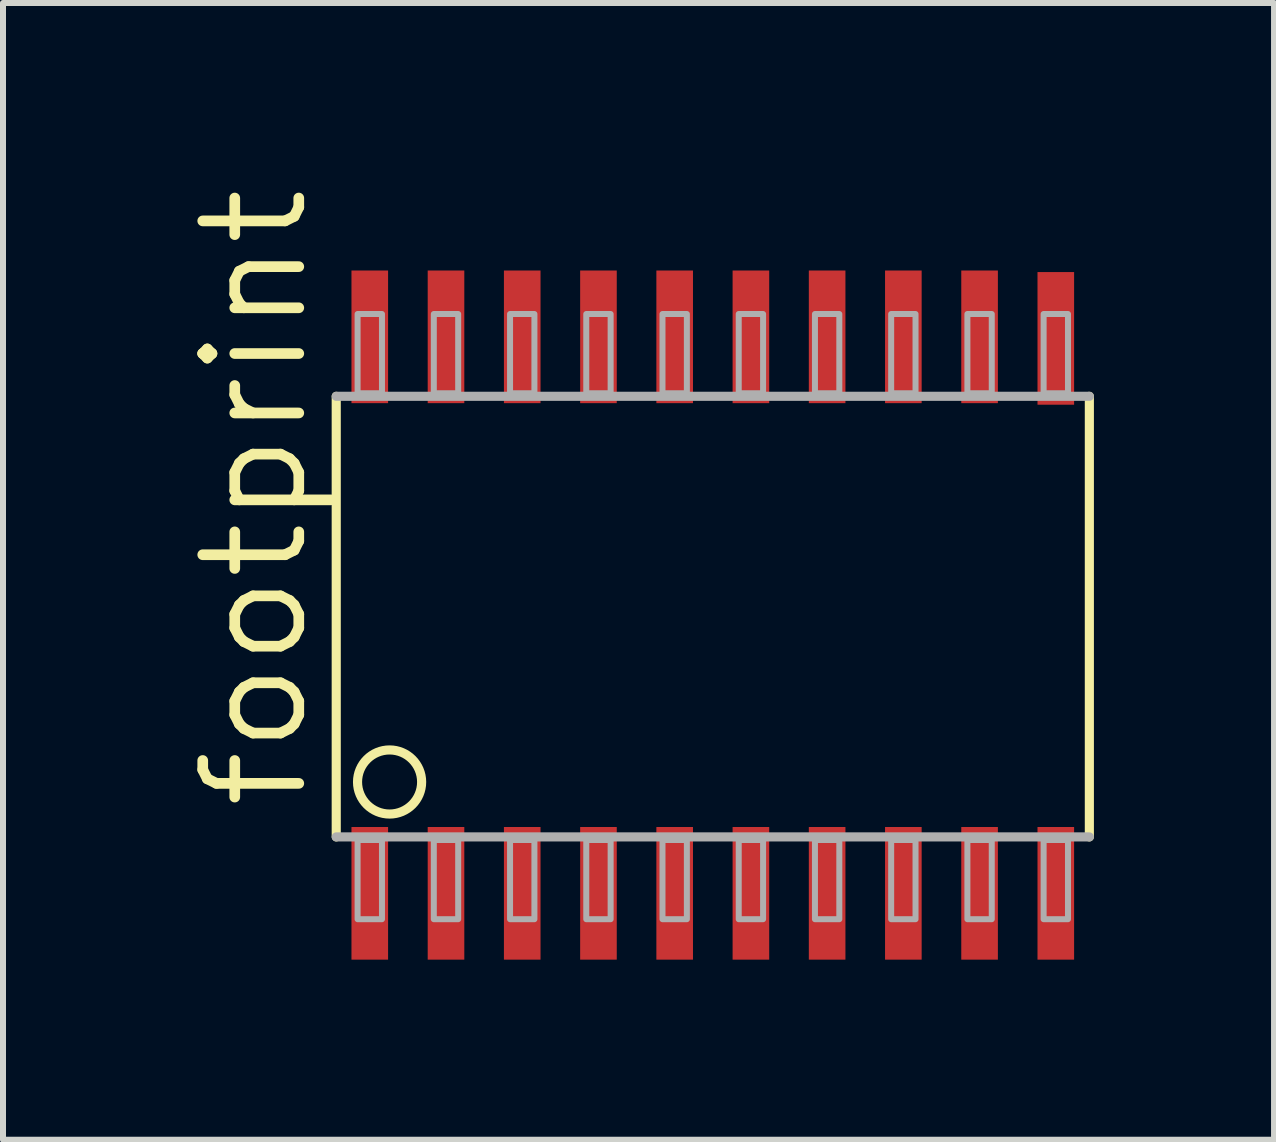
<source format=kicad_pcb>
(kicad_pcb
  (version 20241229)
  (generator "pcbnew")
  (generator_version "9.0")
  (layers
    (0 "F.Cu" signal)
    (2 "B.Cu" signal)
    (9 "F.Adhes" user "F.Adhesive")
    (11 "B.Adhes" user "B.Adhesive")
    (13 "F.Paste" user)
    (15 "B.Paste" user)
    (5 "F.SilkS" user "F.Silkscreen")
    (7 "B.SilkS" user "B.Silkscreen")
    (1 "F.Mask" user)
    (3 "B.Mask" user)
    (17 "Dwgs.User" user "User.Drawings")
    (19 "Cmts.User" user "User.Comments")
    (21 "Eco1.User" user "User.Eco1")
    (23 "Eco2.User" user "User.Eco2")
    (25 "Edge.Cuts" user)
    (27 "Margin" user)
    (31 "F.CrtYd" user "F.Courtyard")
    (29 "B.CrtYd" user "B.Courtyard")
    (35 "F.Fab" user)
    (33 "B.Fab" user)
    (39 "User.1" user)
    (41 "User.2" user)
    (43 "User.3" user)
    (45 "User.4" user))
  (footprint "footprint"
    (layer "F.Cu")
    (at 8.826 7.198)
    (property "Reference" "footprint" (at -6.693 3.302 90) (layer "F.SilkS") (effects (font (size 1.6 1.6) (thickness 0.178)) (justify left bottom)))
    (fp_line (start -6.274 -3.645) (end -6.274 3.696) (stroke (width 0.152) (type solid)) (layer "F.SilkS"))
    (fp_line (start 6.274 3.696) (end 6.274 -3.645) (stroke (width 0.152) (type solid)) (layer "F.SilkS"))
    (fp_circle (center -5.385 2.781) (end -4.851 2.781) (stroke (width 0.152) (type solid)) (fill no) (layer "F.SilkS"))
    (fp_line (start -6.274 3.696) (end 6.274 3.696) (stroke (width 0.152) (type solid)) (layer "F.Fab"))
    (fp_line (start 6.274 -3.645) (end -6.274 -3.645) (stroke (width 0.152) (type solid)) (layer "F.Fab"))
    (fp_poly (pts (xy -5.918 -3.696) (xy -5.512 -3.696) (xy -5.512 -5.016) (xy -5.918 -5.016)) (stroke (width 0.1) (type solid)) (fill no) (layer "F.Fab"))
    (fp_poly (pts (xy -5.918 5.067) (xy -5.512 5.067) (xy -5.512 3.747) (xy -5.918 3.747)) (stroke (width 0.1) (type solid)) (fill no) (layer "F.Fab"))
    (fp_poly (pts (xy -4.648 -3.696) (xy -4.242 -3.696) (xy -4.242 -5.016) (xy -4.648 -5.016)) (stroke (width 0.1) (type solid)) (fill no) (layer "F.Fab"))
    (fp_poly (pts (xy -4.648 5.067) (xy -4.242 5.067) (xy -4.242 3.747) (xy -4.648 3.747)) (stroke (width 0.1) (type solid)) (fill no) (layer "F.Fab"))
    (fp_poly (pts (xy -3.378 -3.696) (xy -2.972 -3.696) (xy -2.972 -5.016) (xy -3.378 -5.016)) (stroke (width 0.1) (type solid)) (fill no) (layer "F.Fab"))
    (fp_poly (pts (xy -3.378 5.067) (xy -2.972 5.067) (xy -2.972 3.747) (xy -3.378 3.747)) (stroke (width 0.1) (type solid)) (fill no) (layer "F.Fab"))
    (fp_poly (pts (xy -2.108 -3.696) (xy -1.702 -3.696) (xy -1.702 -5.016) (xy -2.108 -5.016)) (stroke (width 0.1) (type solid)) (fill no) (layer "F.Fab"))
    (fp_poly (pts (xy -2.108 5.067) (xy -1.702 5.067) (xy -1.702 3.747) (xy -2.108 3.747)) (stroke (width 0.1) (type solid)) (fill no) (layer "F.Fab"))
    (fp_poly (pts (xy -0.838 -3.696) (xy -0.432 -3.696) (xy -0.432 -5.016) (xy -0.838 -5.016)) (stroke (width 0.1) (type solid)) (fill no) (layer "F.Fab"))
    (fp_poly (pts (xy -0.838 5.067) (xy -0.432 5.067) (xy -0.432 3.747) (xy -0.838 3.747)) (stroke (width 0.1) (type solid)) (fill no) (layer "F.Fab"))
    (fp_poly (pts (xy 0.432 -3.696) (xy 0.838 -3.696) (xy 0.838 -5.016) (xy 0.432 -5.016)) (stroke (width 0.1) (type solid)) (fill no) (layer "F.Fab"))
    (fp_poly (pts (xy 0.432 5.067) (xy 0.838 5.067) (xy 0.838 3.747) (xy 0.432 3.747)) (stroke (width 0.1) (type solid)) (fill no) (layer "F.Fab"))
    (fp_poly (pts (xy 1.702 -3.696) (xy 2.108 -3.696) (xy 2.108 -5.016) (xy 1.702 -5.016)) (stroke (width 0.1) (type solid)) (fill no) (layer "F.Fab"))
    (fp_poly (pts (xy 1.702 5.067) (xy 2.108 5.067) (xy 2.108 3.747) (xy 1.702 3.747)) (stroke (width 0.1) (type solid)) (fill no) (layer "F.Fab"))
    (fp_poly (pts (xy 2.972 -3.696) (xy 3.378 -3.696) (xy 3.378 -5.016) (xy 2.972 -5.016)) (stroke (width 0.1) (type solid)) (fill no) (layer "F.Fab"))
    (fp_poly (pts (xy 2.972 5.067) (xy 3.378 5.067) (xy 3.378 3.747) (xy 2.972 3.747)) (stroke (width 0.1) (type solid)) (fill no) (layer "F.Fab"))
    (fp_poly (pts (xy 4.242 -3.696) (xy 4.648 -3.696) (xy 4.648 -5.016) (xy 4.242 -5.016)) (stroke (width 0.1) (type solid)) (fill no) (layer "F.Fab"))
    (fp_poly (pts (xy 4.242 5.067) (xy 4.648 5.067) (xy 4.648 3.747) (xy 4.242 3.747)) (stroke (width 0.1) (type solid)) (fill no) (layer "F.Fab"))
    (fp_poly (pts (xy 5.512 -3.696) (xy 5.918 -3.696) (xy 5.918 -5.016) (xy 5.512 -5.016)) (stroke (width 0.1) (type solid)) (fill no) (layer "F.Fab"))
    (fp_poly (pts (xy 5.512 5.067) (xy 5.918 5.067) (xy 5.918 3.747) (xy 5.512 3.747)) (stroke (width 0.1) (type solid)) (fill no) (layer "F.Fab"))
    (pad "1" smd rect (at -5.715 4.636) (size 0.61 2.21) (layers "F.Cu" "F.Mask" "F.Paste"))
    (pad "2" smd rect (at -4.445 4.636) (size 0.61 2.21) (layers "F.Cu" "F.Mask" "F.Paste"))
    (pad "3" smd rect (at -3.175 4.636) (size 0.61 2.21) (layers "F.Cu" "F.Mask" "F.Paste"))
    (pad "4" smd rect (at -1.905 4.636) (size 0.61 2.21) (layers "F.Cu" "F.Mask" "F.Paste"))
    (pad "5" smd rect (at -0.635 4.636) (size 0.61 2.21) (layers "F.Cu" "F.Mask" "F.Paste"))
    (pad "6" smd rect (at 0.635 4.636) (size 0.61 2.21) (layers "F.Cu" "F.Mask" "F.Paste"))
    (pad "7" smd rect (at 1.905 4.636) (size 0.61 2.21) (layers "F.Cu" "F.Mask" "F.Paste"))
    (pad "8" smd rect (at 3.175 4.636) (size 0.61 2.21) (layers "F.Cu" "F.Mask" "F.Paste"))
    (pad "9" smd rect (at 4.445 4.636) (size 0.61 2.21) (layers "F.Cu" "F.Mask" "F.Paste"))
    (pad "10" smd rect (at 5.715 4.636) (size 0.61 2.21) (layers "F.Cu" "F.Mask" "F.Paste"))
    (pad "11" smd rect (at 5.715 -4.61) (size 0.61 2.21) (layers "F.Cu" "F.Mask" "F.Paste"))
    (pad "12" smd rect (at 4.445 -4.636) (size 0.61 2.21) (layers "F.Cu" "F.Mask" "F.Paste"))
    (pad "13" smd rect (at 3.175 -4.636) (size 0.61 2.21) (layers "F.Cu" "F.Mask" "F.Paste"))
    (pad "14" smd rect (at 1.905 -4.636) (size 0.61 2.21) (layers "F.Cu" "F.Mask" "F.Paste"))
    (pad "15" smd rect (at 0.635 -4.636) (size 0.61 2.21) (layers "F.Cu" "F.Mask" "F.Paste"))
    (pad "16" smd rect (at -0.635 -4.636) (size 0.61 2.21) (layers "F.Cu" "F.Mask" "F.Paste"))
    (pad "17" smd rect (at -1.905 -4.636) (size 0.61 2.21) (layers "F.Cu" "F.Mask" "F.Paste"))
    (pad "18" smd rect (at -3.175 -4.636) (size 0.61 2.21) (layers "F.Cu" "F.Mask" "F.Paste"))
    (pad "19" smd rect (at -4.445 -4.636) (size 0.61 2.21) (layers "F.Cu" "F.Mask" "F.Paste"))
    (pad "20" smd rect (at -5.715 -4.636) (size 0.61 2.21) (layers "F.Cu" "F.Mask" "F.Paste")))
  (gr_rect
    (start -3 -3)
    (end 18.177 15.939)
    (stroke (width 0.1) (type default))
    (fill no)
    (layer "Edge.Cuts")))
</source>
